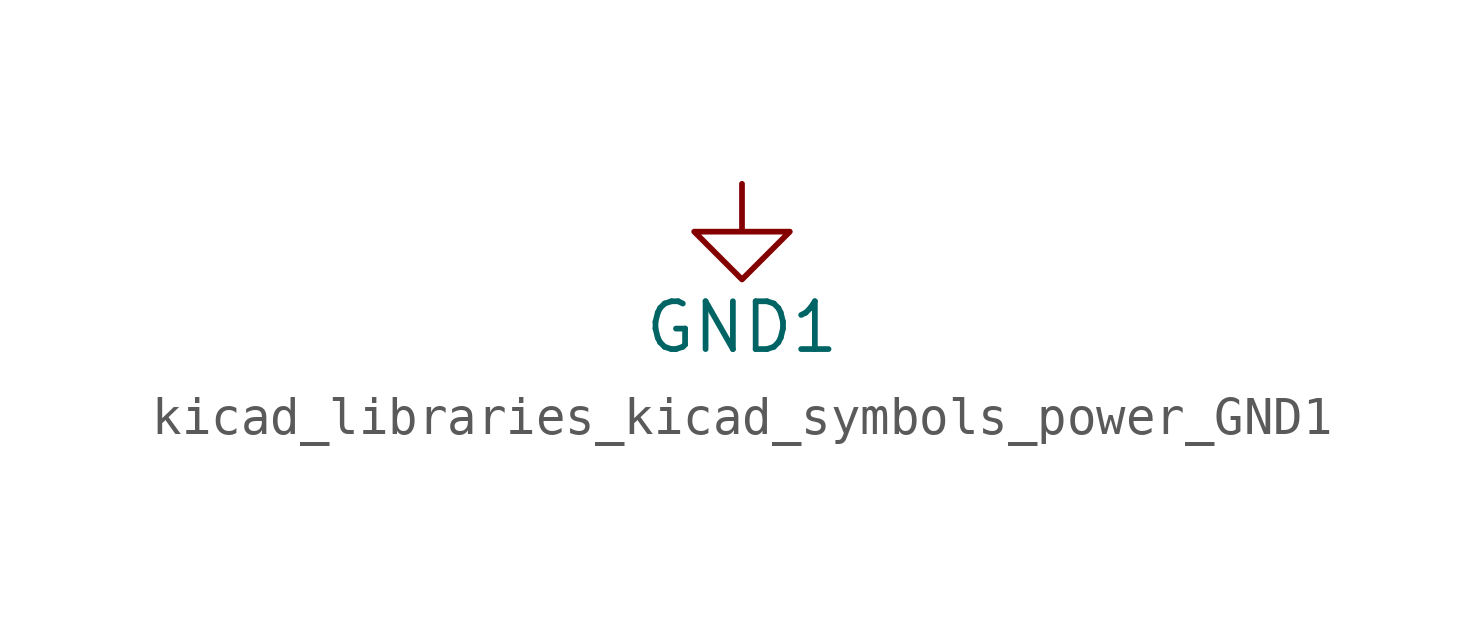
<source format=kicad_sym>
(kicad_symbol_lib
  (version 20220914)
  (generator kicad_symbol_editor)
  (symbol "kicad_libraries_kicad_symbols_power_GND1"
    (power)
    (pin_names
      (offset 0))
    (property "Reference" "#PWR"
      (at 0 -6.35 0)
      (effects (font (size 1.27 1.27)) hide))
    (property "Value" "GND1"
      (at 0 -3.81 0)
      (effects (font (size 1.27 1.27))))
    (symbol "kicad_libraries_kicad_symbols_power_GND1_0_1"
      (polyline (pts (xy 0 0) (xy 0 -1.27) (xy 1.27 -1.27) (xy 0 -2.54) (xy -1.27 -1.27) (xy 0 -1.27)) (stroke (width 0) (type default)) (fill (type none))))
    (symbol "kicad_libraries_kicad_symbols_power_GND1_1_1"
      (pin power_in line (at 0 0 270) (length 0) hide (name "GND1" (effects (font (size 1.27 1.27)))) (number "1" (effects (font (size 1.27 1.27))))))))
</source>
